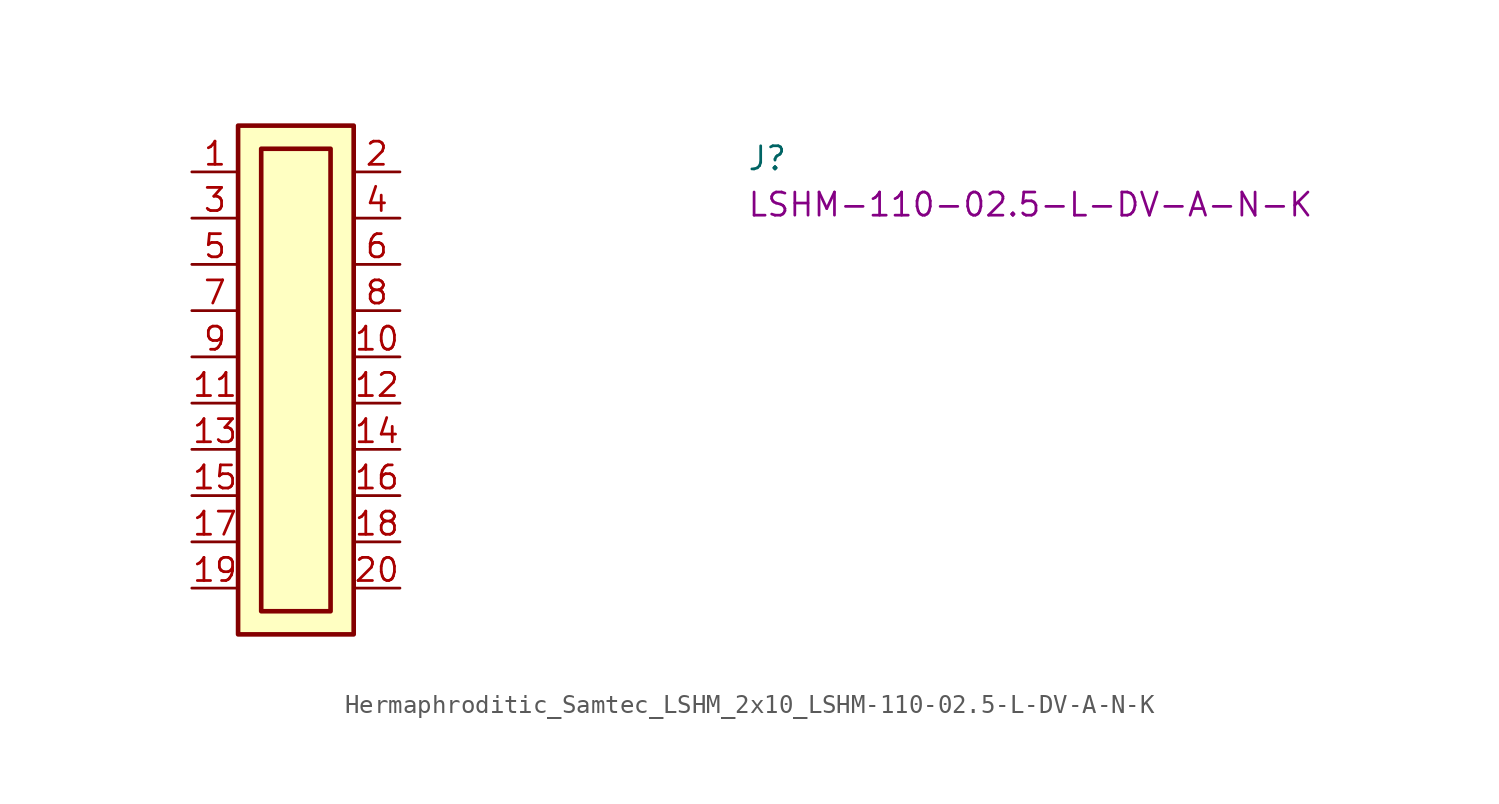
<source format=kicad_sym>
(kicad_symbol_lib
  (version 20220914)
  (generator kicad_symbol_editor)
  (symbol "Hermaphroditic_Samtec_LSHM_2x10_LSHM-110-02.5-L-DV-A-N-K"
    (property "Reference" "J"
      (at 30.48 0 0)
      (effects (font (size 1.27 1.27) (thickness 0.15)) (justify left bottom)))
    (property "MPN" "LSHM-110-02.5-L-DV-A-N-K"
      (at 30.48 -2.54 0)
      (effects (font (size 1.27 1.27) (thickness 0.15)) (justify left bottom)))
    (symbol "Hermaphroditic_Samtec_LSHM_2x10_LSHM-110-02.5-L-DV-A-N-K_1_1"
      (rectangle (start 2.54 2.54) (end 8.89 -25.4) (stroke (width 0.254) (type default)) (fill (type background)))
      (rectangle (start 3.81 1.27) (end 7.62 -24.13) (stroke (width 0.254) (type default)) (fill (type background)))
      (pin passive line (at 0 0 0) (length 2.54) (name "~" (effects (font (size 1.27 1.27)))) (number "1" (effects (font (size 1.27 1.27)))))
      (pin passive line (at 11.43 -10.16 180) (length 2.54) (name "~" (effects (font (size 1.27 1.27)))) (number "10" (effects (font (size 1.27 1.27)))))
      (pin passive line (at 0 -12.7 0) (length 2.54) (name "~" (effects (font (size 1.27 1.27)))) (number "11" (effects (font (size 1.27 1.27)))))
      (pin passive line (at 11.43 -12.7 180) (length 2.54) (name "~" (effects (font (size 1.27 1.27)))) (number "12" (effects (font (size 1.27 1.27)))))
      (pin passive line (at 0 -15.24 0) (length 2.54) (name "~" (effects (font (size 1.27 1.27)))) (number "13" (effects (font (size 1.27 1.27)))))
      (pin passive line (at 11.43 -15.24 180) (length 2.54) (name "~" (effects (font (size 1.27 1.27)))) (number "14" (effects (font (size 1.27 1.27)))))
      (pin passive line (at 0 -17.78 0) (length 2.54) (name "~" (effects (font (size 1.27 1.27)))) (number "15" (effects (font (size 1.27 1.27)))))
      (pin passive line (at 11.43 -17.78 180) (length 2.54) (name "~" (effects (font (size 1.27 1.27)))) (number "16" (effects (font (size 1.27 1.27)))))
      (pin passive line (at 0 -20.32 0) (length 2.54) (name "~" (effects (font (size 1.27 1.27)))) (number "17" (effects (font (size 1.27 1.27)))))
      (pin passive line (at 11.43 -20.32 180) (length 2.54) (name "~" (effects (font (size 1.27 1.27)))) (number "18" (effects (font (size 1.27 1.27)))))
      (pin passive line (at 0 -22.86 0) (length 2.54) (name "~" (effects (font (size 1.27 1.27)))) (number "19" (effects (font (size 1.27 1.27)))))
      (pin passive line (at 11.43 0 180) (length 2.54) (name "~" (effects (font (size 1.27 1.27)))) (number "2" (effects (font (size 1.27 1.27)))))
      (pin passive line (at 11.43 -22.86 180) (length 2.54) (name "~" (effects (font (size 1.27 1.27)))) (number "20" (effects (font (size 1.27 1.27)))))
      (pin passive line (at 0 -2.54 0) (length 2.54) (name "~" (effects (font (size 1.27 1.27)))) (number "3" (effects (font (size 1.27 1.27)))))
      (pin passive line (at 11.43 -2.54 180) (length 2.54) (name "~" (effects (font (size 1.27 1.27)))) (number "4" (effects (font (size 1.27 1.27)))))
      (pin passive line (at 0 -5.08 0) (length 2.54) (name "~" (effects (font (size 1.27 1.27)))) (number "5" (effects (font (size 1.27 1.27)))))
      (pin passive line (at 11.43 -5.08 180) (length 2.54) (name "~" (effects (font (size 1.27 1.27)))) (number "6" (effects (font (size 1.27 1.27)))))
      (pin passive line (at 0 -7.62 0) (length 2.54) (name "~" (effects (font (size 1.27 1.27)))) (number "7" (effects (font (size 1.27 1.27)))))
      (pin passive line (at 11.43 -7.62 180) (length 2.54) (name "~" (effects (font (size 1.27 1.27)))) (number "8" (effects (font (size 1.27 1.27)))))
      (pin passive line (at 0 -10.16 0) (length 2.54) (name "~" (effects (font (size 1.27 1.27)))) (number "9" (effects (font (size 1.27 1.27))))))))
</source>
